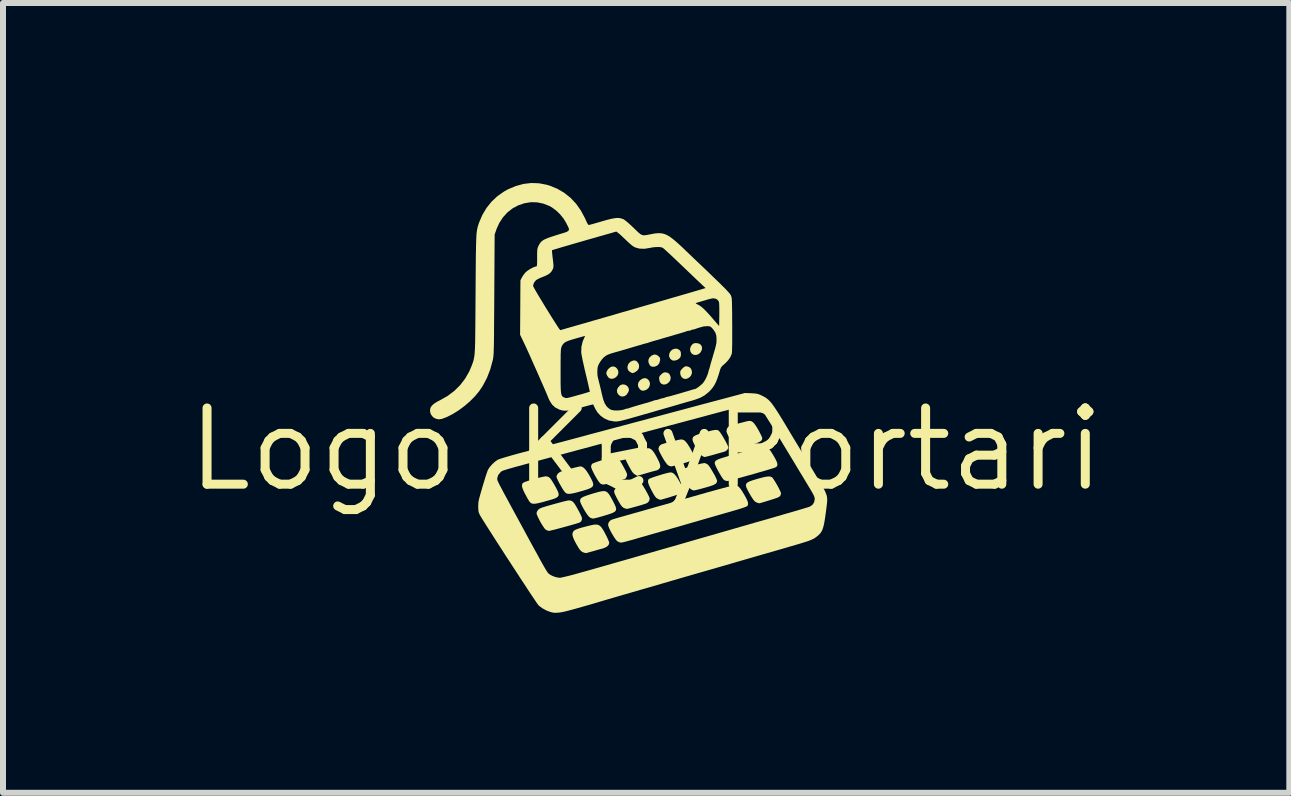
<source format=kicad_pcb>
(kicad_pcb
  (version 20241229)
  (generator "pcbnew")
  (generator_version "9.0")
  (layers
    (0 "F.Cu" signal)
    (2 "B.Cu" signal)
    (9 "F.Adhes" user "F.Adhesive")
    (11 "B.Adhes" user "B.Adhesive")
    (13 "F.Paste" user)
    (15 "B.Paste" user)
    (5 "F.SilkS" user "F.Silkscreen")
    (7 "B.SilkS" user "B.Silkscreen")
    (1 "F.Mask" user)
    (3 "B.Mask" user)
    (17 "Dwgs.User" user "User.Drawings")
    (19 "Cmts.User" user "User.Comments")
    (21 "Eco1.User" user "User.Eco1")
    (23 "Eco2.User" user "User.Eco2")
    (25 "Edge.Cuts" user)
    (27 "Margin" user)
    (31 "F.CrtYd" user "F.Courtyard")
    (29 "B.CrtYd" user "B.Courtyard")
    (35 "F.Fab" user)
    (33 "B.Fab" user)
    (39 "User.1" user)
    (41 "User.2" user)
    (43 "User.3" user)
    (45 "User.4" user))
  (footprint "Logo KeyPortari"
    (layer "F.Cu")
    (at 7.718 4.439)
    (property "Reference" "Logo KeyPortari" (at 0 0 0) (layer "F.SilkS") (effects (font (size 1.27 1.27) (thickness 0.15))))
    (attr board_only exclude_from_pos_files exclude_from_bom)
    (fp_poly (pts (xy -0.333 -1.069) (xy -0.305 -1.045) (xy -0.293 -1.021) (xy -0.287 -0.994) (xy -0.292 -0.969) (xy -0.299 -0.953) (xy -0.325 -0.913) (xy -0.358 -0.889) (xy -0.395 -0.88) (xy -0.431 -0.888) (xy -0.46 -0.91) (xy -0.483 -0.946) (xy -0.487 -0.985) (xy -0.473 -1.024) (xy -0.44 -1.063) (xy -0.435 -1.067) (xy -0.403 -1.082) (xy -0.367 -1.082)) (stroke (width 0) (type solid)) (fill yes) (layer "F.SilkS"))
    (fp_poly (pts (xy 0.012 -1.18) (xy 0.042 -1.153) (xy 0.055 -1.131) (xy 0.064 -1.094) (xy 0.057 -1.056) (xy 0.037 -1.021) (xy 0.006 -0.995) (xy -0.032 -0.98) (xy -0.037 -0.98) (xy -0.066 -0.979) (xy -0.086 -0.986) (xy -0.107 -1.005) (xy -0.131 -1.04) (xy -0.138 -1.079) (xy -0.128 -1.118) (xy -0.102 -1.152) (xy -0.064 -1.178) (xy -0.024 -1.188)) (stroke (width 0) (type solid)) (fill yes) (layer "F.SilkS"))
    (fp_poly (pts (xy 0.877 -1.765) (xy 0.909 -1.745) (xy 0.928 -1.714) (xy 0.931 -1.675) (xy 0.922 -1.646) (xy 0.899 -1.608) (xy 0.866 -1.584) (xy 0.829 -1.573) (xy 0.792 -1.577) (xy 0.758 -1.597) (xy 0.758 -1.598) (xy 0.737 -1.631) (xy 0.731 -1.671) (xy 0.742 -1.712) (xy 0.76 -1.74) (xy 0.782 -1.761) (xy 0.806 -1.77) (xy 0.833 -1.772)) (stroke (width 0) (type solid)) (fill yes) (layer "F.SilkS"))
    (fp_poly (pts (xy -0.509 -1.369) (xy -0.483 -1.344) (xy -0.466 -1.31) (xy -0.463 -1.272) (xy -0.463 -1.27) (xy -0.478 -1.232) (xy -0.505 -1.202) (xy -0.54 -1.182) (xy -0.579 -1.176) (xy -0.611 -1.184) (xy -0.631 -1.201) (xy -0.65 -1.229) (xy -0.663 -1.258) (xy -0.664 -1.271) (xy -0.656 -1.303) (xy -0.634 -1.337) (xy -0.604 -1.364) (xy -0.577 -1.379) (xy -0.542 -1.382)) (stroke (width 0) (type solid)) (fill yes) (layer "F.SilkS"))
    (fp_poly (pts (xy 0.165 -1.579) (xy 0.199 -1.559) (xy 0.205 -1.553) (xy 0.225 -1.533) (xy 0.233 -1.515) (xy 0.232 -1.49) (xy 0.231 -1.48) (xy 0.217 -1.433) (xy 0.189 -1.4) (xy 0.151 -1.381) (xy 0.122 -1.377) (xy 0.093 -1.38) (xy 0.074 -1.389) (xy 0.06 -1.405) (xy 0.039 -1.448) (xy 0.037 -1.49) (xy 0.053 -1.529) (xy 0.086 -1.56) (xy 0.09 -1.563) (xy 0.129 -1.58)) (stroke (width 0) (type solid)) (fill yes) (layer "F.SilkS"))
    (fp_poly (pts (xy 0.515 -1.677) (xy 0.549 -1.661) (xy 0.554 -1.657) (xy 0.571 -1.636) (xy 0.578 -1.612) (xy 0.579 -1.588) (xy 0.577 -1.555) (xy 0.566 -1.531) (xy 0.551 -1.514) (xy 0.517 -1.491) (xy 0.478 -1.48) (xy 0.441 -1.482) (xy 0.433 -1.485) (xy 0.405 -1.506) (xy 0.386 -1.539) (xy 0.381 -1.568) (xy 0.39 -1.608) (xy 0.411 -1.642) (xy 0.442 -1.666) (xy 0.478 -1.678)) (stroke (width 0) (type solid)) (fill yes) (layer "F.SilkS"))
    (fp_poly (pts (xy 0.356 -1.278) (xy 0.381 -1.262) (xy 0.396 -1.24) (xy 0.409 -1.197) (xy 0.403 -1.156) (xy 0.39 -1.132) (xy 0.358 -1.1) (xy 0.322 -1.083) (xy 0.284 -1.081) (xy 0.25 -1.096) (xy 0.247 -1.099) (xy 0.228 -1.124) (xy 0.218 -1.163) (xy 0.218 -1.165) (xy 0.216 -1.193) (xy 0.22 -1.212) (xy 0.233 -1.231) (xy 0.25 -1.249) (xy 0.278 -1.273) (xy 0.302 -1.283) (xy 0.318 -1.284)) (stroke (width 0) (type solid)) (fill yes) (layer "F.SilkS"))
    (fp_poly (pts (xy -0.178 -1.48) (xy -0.153 -1.464) (xy -0.146 -1.457) (xy -0.123 -1.422) (xy -0.117 -1.383) (xy -0.126 -1.344) (xy -0.151 -1.31) (xy -0.189 -1.285) (xy -0.192 -1.283) (xy -0.214 -1.275) (xy -0.226 -1.271) (xy -0.227 -1.271) (xy -0.237 -1.274) (xy -0.253 -1.281) (xy -0.288 -1.304) (xy -0.308 -1.337) (xy -0.312 -1.377) (xy -0.299 -1.419) (xy -0.296 -1.425) (xy -0.265 -1.459) (xy -0.222 -1.479) (xy -0.203 -1.482)) (stroke (width 0) (type solid)) (fill yes) (layer "F.SilkS"))
    (fp_poly (pts (xy 0.682 -1.384) (xy 0.721 -1.37) (xy 0.747 -1.344) (xy 0.759 -1.316) (xy 0.763 -1.273) (xy 0.749 -1.233) (xy 0.72 -1.2) (xy 0.686 -1.181) (xy 0.657 -1.174) (xy 0.632 -1.177) (xy 0.62 -1.182) (xy 0.593 -1.202) (xy 0.574 -1.235) (xy 0.567 -1.275) (xy 0.567 -1.276) (xy 0.569 -1.301) (xy 0.58 -1.322) (xy 0.603 -1.347) (xy 0.607 -1.351) (xy 0.632 -1.373) (xy 0.651 -1.383) (xy 0.67 -1.385)) (stroke (width 0) (type solid)) (fill yes) (layer "F.SilkS"))
    (fp_poly (pts (xy -0.678 0.698) (xy -0.65 0.713) (xy -0.625 0.739) (xy -0.599 0.779) (xy -0.569 0.833) (xy -0.553 0.862) (xy -0.526 0.915) (xy -0.508 0.957) (xy -0.5 0.989) (xy -0.504 1.015) (xy -0.521 1.036) (xy -0.552 1.055) (xy -0.598 1.073) (xy -0.662 1.093) (xy -0.696 1.104) (xy -0.751 1.12) (xy -0.802 1.134) (xy -0.845 1.145) (xy -0.875 1.151) (xy -0.888 1.153) (xy -0.921 1.144) (xy -0.951 1.124) (xy -0.97 1.102) (xy -0.995 1.067) (xy -1.022 1.025) (xy -1.048 0.98) (xy -1.072 0.935) (xy -1.09 0.897) (xy -1.1 0.869) (xy -1.101 0.865) (xy -1.101 0.844) (xy -1.094 0.825) (xy -1.078 0.808) (xy -1.05 0.792) (xy -1.009 0.775) (xy -0.953 0.756) (xy -0.88 0.733) (xy -0.879 0.733) (xy -0.809 0.713) (xy -0.754 0.7) (xy -0.711 0.694)) (stroke (width 0) (type solid)) (fill yes) (layer "F.SilkS"))
    (fp_poly (pts (xy -1.065 0.29) (xy -1.034 0.312) (xy -1 0.35) (xy -0.963 0.406) (xy -0.942 0.442) (xy -0.912 0.498) (xy -0.891 0.543) (xy -0.882 0.578) (xy -0.885 0.605) (xy -0.902 0.628) (xy -0.933 0.647) (xy -0.98 0.666) (xy -1.045 0.686) (xy -1.084 0.697) (xy -1.155 0.717) (xy -1.21 0.73) (xy -1.252 0.738) (xy -1.284 0.741) (xy -1.309 0.739) (xy -1.33 0.732) (xy -1.341 0.725) (xy -1.356 0.71) (xy -1.377 0.682) (xy -1.401 0.644) (xy -1.426 0.6) (xy -1.451 0.556) (xy -1.472 0.514) (xy -1.487 0.48) (xy -1.494 0.457) (xy -1.495 0.453) (xy -1.486 0.425) (xy -1.465 0.397) (xy -1.436 0.376) (xy -1.429 0.373) (xy -1.4 0.363) (xy -1.36 0.35) (xy -1.311 0.336) (xy -1.26 0.322) (xy -1.209 0.308) (xy -1.162 0.297) (xy -1.125 0.288) (xy -1.1 0.284) (xy -1.095 0.283)) (stroke (width 0) (type solid)) (fill yes) (layer "F.SilkS"))
    (fp_poly (pts (xy -1.647 0.452) (xy -1.626 0.46) (xy -1.605 0.476) (xy -1.583 0.503) (xy -1.557 0.543) (xy -1.525 0.598) (xy -1.519 0.608) (xy -1.489 0.664) (xy -1.468 0.708) (xy -1.458 0.742) (xy -1.46 0.769) (xy -1.475 0.791) (xy -1.504 0.81) (xy -1.549 0.827) (xy -1.611 0.846) (xy -1.661 0.86) (xy -1.731 0.88) (xy -1.786 0.893) (xy -1.827 0.902) (xy -1.858 0.906) (xy -1.882 0.906) (xy -1.902 0.902) (xy -1.912 0.899) (xy -1.926 0.89) (xy -1.942 0.873) (xy -1.961 0.845) (xy -1.984 0.805) (xy -2.013 0.751) (xy -2.026 0.727) (xy -2.052 0.671) (xy -2.067 0.627) (xy -2.07 0.594) (xy -2.061 0.569) (xy -2.053 0.559) (xy -2.037 0.55) (xy -2.006 0.537) (xy -1.964 0.523) (xy -1.914 0.507) (xy -1.86 0.491) (xy -1.805 0.477) (xy -1.755 0.464) (xy -1.712 0.455) (xy -1.681 0.45) (xy -1.672 0.449)) (stroke (width 0) (type solid)) (fill yes) (layer "F.SilkS"))
    (fp_poly (pts (xy 1.755 -0.469) (xy 1.78 -0.453) (xy 1.806 -0.424) (xy 1.836 -0.381) (xy 1.868 -0.327) (xy 1.892 -0.283) (xy 1.912 -0.243) (xy 1.927 -0.211) (xy 1.934 -0.191) (xy 1.934 -0.189) (xy 1.932 -0.168) (xy 1.922 -0.15) (xy 1.903 -0.134) (xy 1.873 -0.118) (xy 1.829 -0.101) (xy 1.769 -0.081) (xy 1.724 -0.068) (xy 1.67 -0.052) (xy 1.621 -0.039) (xy 1.581 -0.028) (xy 1.554 -0.022) (xy 1.543 -0.02) (xy 1.526 -0.025) (xy 1.502 -0.038) (xy 1.494 -0.043) (xy 1.474 -0.062) (xy 1.449 -0.094) (xy 1.421 -0.134) (xy 1.394 -0.178) (xy 1.37 -0.222) (xy 1.351 -0.262) (xy 1.34 -0.292) (xy 1.338 -0.303) (xy 1.346 -0.345) (xy 1.366 -0.376) (xy 1.391 -0.39) (xy 1.424 -0.4) (xy 1.468 -0.413) (xy 1.518 -0.426) (xy 1.57 -0.441) (xy 1.619 -0.453) (xy 1.66 -0.464) (xy 1.69 -0.471) (xy 1.7 -0.473) (xy 1.729 -0.475)) (stroke (width 0) (type solid)) (fill yes) (layer "F.SilkS"))
    (fp_poly (pts (xy 0.445 0.393) (xy 0.471 0.413) (xy 0.499 0.446) (xy 0.531 0.494) (xy 0.559 0.542) (xy 0.588 0.596) (xy 0.608 0.636) (xy 0.618 0.666) (xy 0.619 0.689) (xy 0.612 0.707) (xy 0.598 0.725) (xy 0.585 0.731) (xy 0.558 0.741) (xy 0.519 0.755) (xy 0.472 0.771) (xy 0.421 0.787) (xy 0.37 0.803) (xy 0.322 0.817) (xy 0.281 0.829) (xy 0.251 0.837) (xy 0.235 0.84) (xy 0.234 0.84) (xy 0.223 0.836) (xy 0.202 0.827) (xy 0.2 0.826) (xy 0.182 0.817) (xy 0.166 0.805) (xy 0.151 0.787) (xy 0.133 0.761) (xy 0.111 0.723) (xy 0.084 0.673) (xy 0.056 0.616) (xy 0.038 0.572) (xy 0.03 0.538) (xy 0.033 0.513) (xy 0.042 0.496) (xy 0.054 0.488) (xy 0.082 0.477) (xy 0.121 0.463) (xy 0.168 0.447) (xy 0.22 0.431) (xy 0.271 0.415) (xy 0.319 0.402) (xy 0.361 0.391) (xy 0.391 0.385) (xy 0.419 0.384)) (stroke (width 0) (type solid)) (fill yes) (layer "F.SilkS"))
    (fp_poly (pts (xy 0.98 0.228) (xy 1.005 0.239) (xy 1.028 0.253) (xy 1.043 0.27) (xy 1.064 0.3) (xy 1.088 0.338) (xy 1.113 0.381) (xy 1.138 0.424) (xy 1.159 0.465) (xy 1.174 0.498) (xy 1.182 0.52) (xy 1.182 0.523) (xy 1.179 0.544) (xy 1.169 0.562) (xy 1.15 0.578) (xy 1.12 0.594) (xy 1.075 0.61) (xy 1.015 0.628) (xy 0.976 0.639) (xy 0.922 0.654) (xy 0.873 0.667) (xy 0.833 0.676) (xy 0.806 0.682) (xy 0.796 0.684) (xy 0.775 0.679) (xy 0.749 0.667) (xy 0.747 0.665) (xy 0.727 0.648) (xy 0.703 0.616) (xy 0.673 0.567) (xy 0.651 0.529) (xy 0.62 0.471) (xy 0.6 0.425) (xy 0.589 0.391) (xy 0.588 0.365) (xy 0.595 0.345) (xy 0.604 0.334) (xy 0.62 0.325) (xy 0.651 0.312) (xy 0.694 0.298) (xy 0.744 0.282) (xy 0.797 0.267) (xy 0.85 0.253) (xy 0.899 0.241) (xy 0.94 0.232) (xy 0.969 0.228)) (stroke (width 0) (type solid)) (fill yes) (layer "F.SilkS"))
    (fp_poly (pts (xy 2.08 0.456) (xy 2.099 0.467) (xy 2.104 0.471) (xy 2.119 0.491) (xy 2.139 0.522) (xy 2.163 0.561) (xy 2.187 0.603) (xy 2.21 0.646) (xy 2.229 0.684) (xy 2.242 0.714) (xy 2.247 0.732) (xy 2.247 0.732) (xy 2.24 0.765) (xy 2.219 0.789) (xy 2.186 0.805) (xy 2.161 0.814) (xy 2.125 0.826) (xy 2.081 0.84) (xy 2.035 0.854) (xy 1.988 0.869) (xy 1.947 0.881) (xy 1.913 0.891) (xy 1.891 0.897) (xy 1.886 0.898) (xy 1.874 0.895) (xy 1.851 0.889) (xy 1.85 0.888) (xy 1.829 0.879) (xy 1.809 0.865) (xy 1.788 0.841) (xy 1.764 0.806) (xy 1.734 0.757) (xy 1.716 0.725) (xy 1.688 0.673) (xy 1.669 0.632) (xy 1.662 0.599) (xy 1.667 0.574) (xy 1.686 0.553) (xy 1.721 0.534) (xy 1.771 0.516) (xy 1.84 0.495) (xy 1.846 0.493) (xy 1.919 0.473) (xy 1.977 0.459) (xy 2.022 0.452) (xy 2.055 0.451)) (stroke (width 0) (type solid)) (fill yes) (layer "F.SilkS"))
    (fp_poly (pts (xy 0.611 -0.162) (xy 0.637 -0.15) (xy 0.662 -0.126) (xy 0.69 -0.09) (xy 0.723 -0.038) (xy 0.736 -0.016) (xy 0.76 0.029) (xy 0.78 0.068) (xy 0.795 0.1) (xy 0.801 0.12) (xy 0.801 0.122) (xy 0.798 0.143) (xy 0.788 0.161) (xy 0.769 0.177) (xy 0.739 0.193) (xy 0.695 0.209) (xy 0.635 0.228) (xy 0.597 0.239) (xy 0.543 0.253) (xy 0.494 0.266) (xy 0.454 0.276) (xy 0.426 0.282) (xy 0.416 0.283) (xy 0.394 0.278) (xy 0.368 0.266) (xy 0.365 0.265) (xy 0.349 0.249) (xy 0.326 0.219) (xy 0.3 0.181) (xy 0.274 0.137) (xy 0.249 0.092) (xy 0.227 0.05) (xy 0.212 0.015) (xy 0.205 -0.009) (xy 0.205 -0.011) (xy 0.214 -0.046) (xy 0.239 -0.074) (xy 0.261 -0.086) (xy 0.286 -0.094) (xy 0.324 -0.105) (xy 0.371 -0.118) (xy 0.421 -0.131) (xy 0.472 -0.143) (xy 0.518 -0.154) (xy 0.555 -0.162) (xy 0.579 -0.166) (xy 0.584 -0.166)) (stroke (width 0) (type solid)) (fill yes) (layer "F.SilkS"))
    (fp_poly (pts (xy -0.798 1.258) (xy -0.769 1.275) (xy -0.742 1.304) (xy -0.715 1.345) (xy -0.684 1.401) (xy -0.68 1.41) (xy -0.656 1.456) (xy -0.637 1.497) (xy -0.623 1.531) (xy -0.616 1.552) (xy -0.615 1.555) (xy -0.625 1.59) (xy -0.652 1.619) (xy -0.695 1.641) (xy -0.711 1.647) (xy -0.743 1.656) (xy -0.788 1.668) (xy -0.839 1.683) (xy -0.884 1.696) (xy -0.929 1.708) (xy -0.967 1.719) (xy -0.994 1.726) (xy -1.006 1.728) (xy -1.007 1.728) (xy -1.018 1.725) (xy -1.037 1.72) (xy -1.062 1.71) (xy -1.084 1.695) (xy -1.105 1.672) (xy -1.128 1.639) (xy -1.156 1.591) (xy -1.165 1.576) (xy -1.197 1.515) (xy -1.217 1.468) (xy -1.228 1.431) (xy -1.228 1.402) (xy -1.22 1.378) (xy -1.217 1.372) (xy -1.206 1.358) (xy -1.191 1.346) (xy -1.169 1.335) (xy -1.138 1.323) (xy -1.094 1.309) (xy -1.035 1.293) (xy -1.005 1.285) (xy -0.933 1.267) (xy -0.877 1.255) (xy -0.833 1.252)) (stroke (width 0) (type solid)) (fill yes) (layer "F.SilkS"))
    (fp_poly (pts (xy 1.19 -0.322) (xy 1.206 -0.313) (xy 1.22 -0.3) (xy 1.222 -0.297) (xy 1.24 -0.274) (xy 1.262 -0.24) (xy 1.286 -0.2) (xy 1.311 -0.157) (xy 1.334 -0.115) (xy 1.352 -0.079) (xy 1.364 -0.052) (xy 1.368 -0.039) (xy 1.359 -0.003) (xy 1.333 0.024) (xy 1.301 0.039) (xy 1.279 0.045) (xy 1.242 0.055) (xy 1.196 0.068) (xy 1.144 0.083) (xy 1.126 0.088) (xy 1.076 0.102) (xy 1.032 0.113) (xy 0.998 0.122) (xy 0.978 0.127) (xy 0.974 0.127) (xy 0.957 0.122) (xy 0.934 0.109) (xy 0.928 0.105) (xy 0.907 0.086) (xy 0.882 0.053) (xy 0.855 0.012) (xy 0.828 -0.033) (xy 0.804 -0.079) (xy 0.785 -0.12) (xy 0.774 -0.152) (xy 0.772 -0.164) (xy 0.774 -0.185) (xy 0.781 -0.203) (xy 0.796 -0.219) (xy 0.821 -0.233) (xy 0.857 -0.248) (xy 0.909 -0.265) (xy 0.976 -0.284) (xy 0.987 -0.287) (xy 1.054 -0.304) (xy 1.104 -0.317) (xy 1.142 -0.323) (xy 1.17 -0.325)) (stroke (width 0) (type solid)) (fill yes) (layer "F.SilkS"))
    (fp_poly (pts (xy -0.507 0.13) (xy -0.484 0.139) (xy -0.462 0.158) (xy -0.438 0.188) (xy -0.41 0.232) (xy -0.38 0.286) (xy -0.353 0.336) (xy -0.335 0.371) (xy -0.324 0.396) (xy -0.319 0.414) (xy -0.318 0.428) (xy -0.321 0.442) (xy -0.322 0.444) (xy -0.333 0.469) (xy -0.344 0.486) (xy -0.345 0.486) (xy -0.359 0.493) (xy -0.388 0.503) (xy -0.429 0.515) (xy -0.477 0.529) (xy -0.528 0.543) (xy -0.58 0.557) (xy -0.627 0.569) (xy -0.666 0.578) (xy -0.694 0.583) (xy -0.699 0.584) (xy -0.731 0.584) (xy -0.756 0.573) (xy -0.768 0.563) (xy -0.786 0.543) (xy -0.808 0.511) (xy -0.833 0.47) (xy -0.859 0.425) (xy -0.882 0.379) (xy -0.902 0.338) (xy -0.914 0.305) (xy -0.918 0.286) (xy -0.912 0.259) (xy -0.9 0.24) (xy -0.884 0.232) (xy -0.853 0.219) (xy -0.811 0.204) (xy -0.762 0.188) (xy -0.709 0.172) (xy -0.657 0.156) (xy -0.608 0.143) (xy -0.568 0.133) (xy -0.541 0.128) (xy -0.533 0.127)) (stroke (width 0) (type solid)) (fill yes) (layer "F.SilkS"))
    (fp_poly (pts (xy 0.058 -0.016) (xy 0.082 -0.003) (xy 0.107 0.021) (xy 0.134 0.057) (xy 0.165 0.109) (xy 0.182 0.141) (xy 0.211 0.199) (xy 0.229 0.244) (xy 0.235 0.279) (xy 0.23 0.305) (xy 0.215 0.326) (xy 0.209 0.331) (xy 0.187 0.345) (xy 0.169 0.352) (xy 0.169 0.352) (xy 0.155 0.354) (xy 0.126 0.362) (xy 0.085 0.373) (xy 0.036 0.387) (xy 0.005 0.396) (xy -0.045 0.411) (xy -0.089 0.423) (xy -0.123 0.433) (xy -0.143 0.439) (xy -0.148 0.44) (xy -0.158 0.435) (xy -0.177 0.424) (xy -0.181 0.421) (xy -0.2 0.409) (xy -0.216 0.394) (xy -0.232 0.375) (xy -0.249 0.348) (xy -0.271 0.309) (xy -0.297 0.261) (xy -0.322 0.214) (xy -0.337 0.18) (xy -0.346 0.156) (xy -0.349 0.137) (xy -0.347 0.121) (xy -0.337 0.093) (xy -0.319 0.074) (xy -0.3 0.065) (xy -0.266 0.054) (xy -0.221 0.04) (xy -0.17 0.025) (xy -0.116 0.011) (xy -0.065 -0.001) (xy -0.019 -0.011) (xy 0.015 -0.018) (xy 0.033 -0.02)) (stroke (width 0) (type solid)) (fill yes) (layer "F.SilkS"))
    (fp_poly (pts (xy -0.124 0.54) (xy -0.109 0.544) (xy -0.096 0.551) (xy -0.093 0.553) (xy -0.08 0.567) (xy -0.06 0.595) (xy -0.037 0.632) (xy -0.012 0.674) (xy 0.012 0.717) (xy 0.034 0.758) (xy 0.05 0.792) (xy 0.058 0.815) (xy 0.059 0.82) (xy 0.05 0.859) (xy 0.024 0.888) (xy -0.004 0.903) (xy -0.029 0.911) (xy -0.067 0.923) (xy -0.114 0.937) (xy -0.165 0.951) (xy -0.171 0.953) (xy -0.218 0.966) (xy -0.259 0.977) (xy -0.29 0.985) (xy -0.306 0.99) (xy -0.308 0.99) (xy -0.324 0.99) (xy -0.342 0.987) (xy -0.368 0.978) (xy -0.389 0.965) (xy -0.408 0.946) (xy -0.429 0.917) (xy -0.454 0.875) (xy -0.469 0.849) (xy -0.498 0.794) (xy -0.518 0.753) (xy -0.53 0.723) (xy -0.534 0.7) (xy -0.53 0.682) (xy -0.52 0.666) (xy -0.511 0.656) (xy -0.499 0.644) (xy -0.483 0.633) (xy -0.461 0.623) (xy -0.429 0.612) (xy -0.385 0.599) (xy -0.325 0.582) (xy -0.322 0.581) (xy -0.257 0.564) (xy -0.207 0.551) (xy -0.17 0.543) (xy -0.144 0.54)) (stroke (width 0) (type solid)) (fill yes) (layer "F.SilkS"))
    (fp_poly (pts (xy -1.261 0.852) (xy -1.238 0.861) (xy -1.215 0.879) (xy -1.192 0.907) (xy -1.166 0.95) (xy -1.14 0.996) (xy -1.116 1.041) (xy -1.095 1.082) (xy -1.08 1.115) (xy -1.072 1.135) (xy -1.071 1.137) (xy -1.071 1.173) (xy -1.086 1.202) (xy -1.11 1.219) (xy -1.134 1.227) (xy -1.172 1.239) (xy -1.22 1.253) (xy -1.277 1.269) (xy -1.338 1.286) (xy -1.4 1.303) (xy -1.46 1.319) (xy -1.515 1.334) (xy -1.562 1.345) (xy -1.598 1.354) (xy -1.618 1.358) (xy -1.621 1.358) (xy -1.648 1.351) (xy -1.676 1.336) (xy -1.678 1.334) (xy -1.696 1.314) (xy -1.718 1.282) (xy -1.744 1.241) (xy -1.769 1.197) (xy -1.792 1.152) (xy -1.811 1.112) (xy -1.823 1.081) (xy -1.827 1.064) (xy -1.819 1.034) (xy -1.8 1.007) (xy -1.789 0.997) (xy -1.775 0.987) (xy -1.756 0.978) (xy -1.727 0.967) (xy -1.688 0.955) (xy -1.636 0.939) (xy -1.568 0.92) (xy -1.546 0.914) (xy -1.481 0.896) (xy -1.421 0.88) (xy -1.368 0.866) (xy -1.327 0.857) (xy -1.299 0.851) (xy -1.289 0.85)) (stroke (width 0) (type solid)) (fill yes) (layer "F.SilkS"))
    (fp_poly (pts (xy 2.006 -0.044) (xy 2.027 -0.03) (xy 2.051 -0.004) (xy 2.08 0.035) (xy 2.114 0.09) (xy 2.123 0.105) (xy 2.156 0.163) (xy 2.177 0.208) (xy 2.187 0.242) (xy 2.186 0.267) (xy 2.175 0.286) (xy 2.154 0.3) (xy 2.139 0.306) (xy 2.108 0.316) (xy 2.063 0.33) (xy 2.007 0.347) (xy 1.942 0.366) (xy 1.871 0.386) (xy 1.796 0.408) (xy 1.72 0.429) (xy 1.645 0.45) (xy 1.574 0.47) (xy 1.508 0.488) (xy 1.452 0.503) (xy 1.406 0.515) (xy 1.373 0.524) (xy 1.357 0.527) (xy 1.356 0.527) (xy 1.328 0.523) (xy 1.313 0.518) (xy 1.3 0.511) (xy 1.287 0.499) (xy 1.272 0.479) (xy 1.252 0.449) (xy 1.227 0.407) (xy 1.198 0.356) (xy 1.176 0.314) (xy 1.158 0.277) (xy 1.147 0.248) (xy 1.143 0.232) (xy 1.144 0.216) (xy 1.149 0.202) (xy 1.159 0.19) (xy 1.176 0.178) (xy 1.202 0.165) (xy 1.24 0.151) (xy 1.291 0.135) (xy 1.357 0.115) (xy 1.436 0.092) (xy 1.551 0.06) (xy 1.656 0.031) (xy 1.748 0.006) (xy 1.828 -0.014) (xy 1.892 -0.03) (xy 1.942 -0.042) (xy 1.974 -0.048) (xy 1.985 -0.048)) (stroke (width 0) (type solid)) (fill yes) (layer "F.SilkS"))
    (fp_poly (pts (xy 1.51 0.601) (xy 1.535 0.616) (xy 1.562 0.644) (xy 1.593 0.686) (xy 1.629 0.745) (xy 1.636 0.757) (xy 1.667 0.813) (xy 1.687 0.856) (xy 1.697 0.889) (xy 1.698 0.915) (xy 1.691 0.935) (xy 1.687 0.942) (xy 1.673 0.951) (xy 1.642 0.964) (xy 1.593 0.981) (xy 1.525 1.002) (xy 1.439 1.027) (xy 1.426 1.031) (xy 1.356 1.051) (xy 1.272 1.075) (xy 1.178 1.102) (xy 1.078 1.131) (xy 0.976 1.16) (xy 0.876 1.189) (xy 0.806 1.209) (xy 0.713 1.236) (xy 0.616 1.264) (xy 0.52 1.292) (xy 0.427 1.318) (xy 0.342 1.343) (xy 0.269 1.363) (xy 0.22 1.377) (xy 0.141 1.4) (xy 0.053 1.425) (xy -0.037 1.451) (xy -0.122 1.475) (xy -0.192 1.496) (xy -0.253 1.513) (xy -0.309 1.528) (xy -0.357 1.541) (xy -0.393 1.549) (xy -0.415 1.553) (xy -0.418 1.553) (xy -0.445 1.548) (xy -0.475 1.534) (xy -0.48 1.531) (xy -0.499 1.512) (xy -0.523 1.48) (xy -0.549 1.439) (xy -0.576 1.394) (xy -0.6 1.348) (xy -0.619 1.306) (xy -0.632 1.272) (xy -0.634 1.255) (xy -0.626 1.219) (xy -0.601 1.188) (xy -0.581 1.174) (xy -0.566 1.169) (xy -0.536 1.159) (xy -0.492 1.146) (xy -0.437 1.13) (xy -0.376 1.113) (xy -0.327 1.099) (xy -0.273 1.084) (xy -0.204 1.064) (xy -0.121 1.041) (xy -0.026 1.014) (xy 0.076 0.985) (xy 0.184 0.954) (xy 0.296 0.923) (xy 0.408 0.891) (xy 0.484 0.869) (xy 0.647 0.822) (xy 0.793 0.781) (xy 0.922 0.744) (xy 1.035 0.712) (xy 1.133 0.685) (xy 1.217 0.662) (xy 1.287 0.643) (xy 1.346 0.627) (xy 1.392 0.615) (xy 1.429 0.606) (xy 1.456 0.6) (xy 1.475 0.597) (xy 1.484 0.596)) (stroke (width 0) (type solid)) (fill yes) (layer "F.SilkS"))
    (fp_poly (pts (xy 1.75 -0.936) (xy 1.799 -0.933) (xy 1.835 -0.929) (xy 1.864 -0.923) (xy 1.894 -0.912) (xy 1.929 -0.896) (xy 1.96 -0.88) (xy 1.989 -0.864) (xy 2.015 -0.845) (xy 2.041 -0.823) (xy 2.067 -0.796) (xy 2.096 -0.762) (xy 2.127 -0.719) (xy 2.162 -0.667) (xy 2.203 -0.604) (xy 2.25 -0.528) (xy 2.305 -0.438) (xy 2.351 -0.361) (xy 2.408 -0.265) (xy 2.472 -0.159) (xy 2.54 -0.047) (xy 2.608 0.067) (xy 2.674 0.177) (xy 2.736 0.279) (xy 2.787 0.363) (xy 2.842 0.455) (xy 2.889 0.532) (xy 2.926 0.596) (xy 2.956 0.65) (xy 2.98 0.695) (xy 2.996 0.733) (xy 3.008 0.767) (xy 3.014 0.799) (xy 3.017 0.83) (xy 3.016 0.863) (xy 3.013 0.899) (xy 3.008 0.942) (xy 3.005 0.966) (xy 2.992 1.067) (xy 2.98 1.15) (xy 2.969 1.218) (xy 2.957 1.274) (xy 2.944 1.318) (xy 2.93 1.354) (xy 2.912 1.384) (xy 2.892 1.409) (xy 2.868 1.433) (xy 2.85 1.447) (xy 2.829 1.464) (xy 2.808 1.478) (xy 2.785 1.491) (xy 2.757 1.504) (xy 2.724 1.518) (xy 2.683 1.533) (xy 2.631 1.549) (xy 2.568 1.569) (xy 2.49 1.592) (xy 2.396 1.619) (xy 2.359 1.63) (xy 2.264 1.658) (xy 2.159 1.688) (xy 2.051 1.719) (xy 1.943 1.75) (xy 1.843 1.779) (xy 1.754 1.805) (xy 1.729 1.812) (xy 1.643 1.837) (xy 1.543 1.866) (xy 1.436 1.897) (xy 1.327 1.929) (xy 1.222 1.959) (xy 1.127 1.987) (xy 1.119 1.989) (xy 0.872 2.06) (xy 0.643 2.126) (xy 0.433 2.187) (xy 0.241 2.243) (xy 0.066 2.294) (xy -0.091 2.339) (xy -0.232 2.38) (xy -0.356 2.416) (xy -0.463 2.447) (xy -0.555 2.474) (xy -0.631 2.496) (xy -0.692 2.514) (xy -0.737 2.528) (xy -0.762 2.535) (xy -0.812 2.55) (xy -0.877 2.569) (xy -0.951 2.591) (xy -1.03 2.613) (xy -1.108 2.636) (xy -1.153 2.648) (xy -1.246 2.674) (xy -1.323 2.694) (xy -1.387 2.709) (xy -1.44 2.718) (xy -1.484 2.722) (xy -1.522 2.723) (xy -1.557 2.719) (xy -1.59 2.711) (xy -1.591 2.711) (xy -1.659 2.686) (xy -1.724 2.651) (xy -1.779 2.611) (xy -1.795 2.596) (xy -1.806 2.582) (xy -1.826 2.554) (xy -1.854 2.512) (xy -1.891 2.457) (xy -1.934 2.393) (xy -1.983 2.319) (xy -2.036 2.237) (xy -2.094 2.15) (xy -2.154 2.057) (xy -2.217 1.961) (xy -2.28 1.864) (xy -2.344 1.766) (xy -2.406 1.669) (xy -2.467 1.575) (xy -2.525 1.485) (xy -2.579 1.4) (xy -2.629 1.322) (xy -2.673 1.253) (xy -2.71 1.194) (xy -2.74 1.146) (xy -2.761 1.111) (xy -2.773 1.09) (xy -2.773 1.089) (xy -2.786 1.061) (xy -2.794 1.034) (xy -2.797 1.001) (xy -2.799 0.956) (xy -2.799 0.953) (xy -2.798 0.924) (xy -2.797 0.898) (xy -2.794 0.871) (xy -2.788 0.841) (xy -2.779 0.804) (xy -2.766 0.757) (xy -2.749 0.698) (xy -2.727 0.622) (xy -2.727 0.62) (xy -2.706 0.552) (xy -2.689 0.496) (xy -2.481 0.496) (xy -2.481 0.502) (xy -2.48 0.508) (xy -2.478 0.516) (xy -2.473 0.528) (xy -2.466 0.543) (xy -2.456 0.564) (xy -2.443 0.591) (xy -2.425 0.625) (xy -2.402 0.668) (xy -2.375 0.72) (xy -2.341 0.782) (xy -2.301 0.856) (xy -2.254 0.943) (xy -2.2 1.043) (xy -2.137 1.158) (xy -2.066 1.289) (xy -2.044 1.329) (xy -1.975 1.457) (xy -1.914 1.569) (xy -1.861 1.666) (xy -1.815 1.749) (xy -1.777 1.82) (xy -1.744 1.879) (xy -1.717 1.927) (xy -1.694 1.967) (xy -1.676 1.998) (xy -1.661 2.022) (xy -1.649 2.04) (xy -1.639 2.054) (xy -1.631 2.064) (xy -1.623 2.071) (xy -1.616 2.077) (xy -1.614 2.079) (xy -1.57 2.105) (xy -1.518 2.125) (xy -1.465 2.137) (xy -1.44 2.139) (xy -1.419 2.137) (xy -1.383 2.129) (xy -1.335 2.118) (xy -1.278 2.104) (xy -1.215 2.088) (xy -1.191 2.081) (xy -1.137 2.066) (xy -1.07 2.047) (xy -0.99 2.025) (xy -0.895 1.998) (xy -0.786 1.967) (xy -0.663 1.932) (xy -0.524 1.892) (xy -0.369 1.848) (xy -0.198 1.799) (xy -0.011 1.745) (xy 0.194 1.686) (xy 0.416 1.623) (xy 0.656 1.554) (xy 0.874 1.491) (xy 1.094 1.428) (xy 1.295 1.37) (xy 1.479 1.317) (xy 1.646 1.269) (xy 1.798 1.225) (xy 1.935 1.186) (xy 2.058 1.151) (xy 2.167 1.119) (xy 2.264 1.091) (xy 2.349 1.066) (xy 2.424 1.045) (xy 2.488 1.026) (xy 2.542 1.01) (xy 2.588 0.997) (xy 2.626 0.985) (xy 2.656 0.976) (xy 2.681 0.969) (xy 2.7 0.963) (xy 2.714 0.958) (xy 2.724 0.954) (xy 2.731 0.952) (xy 2.733 0.951) (xy 2.774 0.921) (xy 2.799 0.88) (xy 2.809 0.831) (xy 2.809 0.829) (xy 2.808 0.812) (xy 2.804 0.794) (xy 2.796 0.773) (xy 2.782 0.745) (xy 2.762 0.709) (xy 2.733 0.66) (xy 2.706 0.615) (xy 2.682 0.575) (xy 2.65 0.522) (xy 2.61 0.455) (xy 2.563 0.378) (xy 2.511 0.292) (xy 2.456 0.2) (xy 2.397 0.103) (xy 2.337 0.004) (xy 2.277 -0.095) (xy 2.276 -0.097) (xy 2.219 -0.192) (xy 2.164 -0.282) (xy 2.112 -0.367) (xy 2.064 -0.444) (xy 2.021 -0.512) (xy 1.985 -0.57) (xy 1.955 -0.616) (xy 1.933 -0.649) (xy 1.921 -0.667) (xy 1.919 -0.669) (xy 1.891 -0.692) (xy 1.856 -0.714) (xy 1.841 -0.722) (xy 1.819 -0.731) (xy 1.797 -0.737) (xy 1.772 -0.741) (xy 1.742 -0.741) (xy 1.706 -0.738) (xy 1.662 -0.731) (xy 1.607 -0.719) (xy 1.541 -0.704) (xy 1.462 -0.684) (xy 1.367 -0.659) (xy 1.265 -0.632) (xy 1.165 -0.605) (xy 1.056 -0.576) (xy 0.943 -0.545) (xy 0.83 -0.515) (xy 0.724 -0.487) (xy 0.628 -0.461) (xy 0.572 -0.446) (xy 0.486 -0.423) (xy 0.387 -0.397) (xy 0.278 -0.368) (xy 0.165 -0.338) (xy 0.052 -0.308) (xy -0.055 -0.279) (xy -0.127 -0.26) (xy -0.238 -0.23) (xy -0.336 -0.204) (xy -0.422 -0.181) (xy -0.5 -0.16) (xy -0.573 -0.141) (xy -0.643 -0.122) (xy -0.713 -0.103) (xy -0.785 -0.084) (xy -0.863 -0.063) (xy -0.948 -0.04) (xy -1.045 -0.014) (xy -1.154 0.015) (xy -1.28 0.049) (xy -1.285 0.05) (xy -1.453 0.096) (xy -1.603 0.136) (xy -1.736 0.172) (xy -1.854 0.204) (xy -1.957 0.232) (xy -2.046 0.256) (xy -2.122 0.277) (xy -2.187 0.294) (xy -2.241 0.31) (xy -2.286 0.322) (xy -2.322 0.333) (xy -2.35 0.342) (xy -2.372 0.349) (xy -2.388 0.355) (xy -2.4 0.36) (xy -2.409 0.364) (xy -2.415 0.369) (xy -2.419 0.373) (xy -2.423 0.377) (xy -2.428 0.382) (xy -2.431 0.385) (xy -2.464 0.425) (xy -2.48 0.472) (xy -2.481 0.49) (xy -2.481 0.496) (xy -2.689 0.496) (xy -2.687 0.488) (xy -2.669 0.432) (xy -2.653 0.386) (xy -2.642 0.353) (xy -2.635 0.338) (xy -2.608 0.296) (xy -2.57 0.252) (xy -2.526 0.21) (xy -2.483 0.179) (xy -2.474 0.173) (xy -2.453 0.164) (xy -2.414 0.151) (xy -2.36 0.134) (xy -2.291 0.114) (xy -2.211 0.091) (xy -2.12 0.066) (xy -2.042 0.045) (xy -1.936 0.017) (xy -1.817 -0.015) (xy -1.691 -0.048) (xy -1.564 -0.083) (xy -1.44 -0.116) (xy -1.326 -0.146) (xy -1.27 -0.161) (xy -1.169 -0.188) (xy -1.06 -0.217) (xy -0.947 -0.248) (xy -0.835 -0.278) (xy -0.728 -0.306) (xy -0.632 -0.332) (xy -0.572 -0.348) (xy -0.478 -0.373) (xy -0.373 -0.401) (xy -0.264 -0.43) (xy -0.156 -0.459) (xy -0.055 -0.485) (xy 0.029 -0.508) (xy 0.161 -0.543) (xy 0.309 -0.583) (xy 0.473 -0.627) (xy 0.65 -0.674) (xy 0.839 -0.725) (xy 1.038 -0.778) (xy 1.246 -0.833) (xy 1.333 -0.856) (xy 1.646 -0.94)) (stroke (width 0) (type solid)) (fill yes) (layer "F.SilkS"))
    (fp_poly (pts (xy -1.788 -4.435) (xy -1.661 -4.411) (xy -1.607 -4.395) (xy -1.48 -4.343) (xy -1.364 -4.275) (xy -1.26 -4.192) (xy -1.167 -4.093) (xy -1.087 -3.979) (xy -1.018 -3.849) (xy -1.007 -3.824) (xy -0.988 -3.782) (xy -0.974 -3.756) (xy -0.963 -3.743) (xy -0.952 -3.74) (xy -0.951 -3.74) (xy -0.937 -3.744) (xy -0.906 -3.752) (xy -0.864 -3.764) (xy -0.811 -3.779) (xy -0.752 -3.796) (xy -0.733 -3.802) (xy -0.651 -3.825) (xy -0.584 -3.842) (xy -0.531 -3.852) (xy -0.487 -3.857) (xy -0.45 -3.856) (xy -0.417 -3.849) (xy -0.385 -3.838) (xy -0.375 -3.834) (xy -0.356 -3.821) (xy -0.326 -3.797) (xy -0.288 -3.765) (xy -0.246 -3.726) (xy -0.208 -3.691) (xy -0.161 -3.645) (xy -0.125 -3.611) (xy -0.096 -3.588) (xy -0.071 -3.574) (xy -0.046 -3.568) (xy -0.017 -3.569) (xy 0.019 -3.574) (xy 0.066 -3.584) (xy 0.079 -3.586) (xy 0.142 -3.598) (xy 0.197 -3.603) (xy 0.246 -3.602) (xy 0.294 -3.593) (xy 0.341 -3.575) (xy 0.39 -3.547) (xy 0.443 -3.508) (xy 0.504 -3.457) (xy 0.574 -3.394) (xy 0.617 -3.353) (xy 0.739 -3.236) (xy 0.848 -3.132) (xy 0.945 -3.04) (xy 1.03 -2.959) (xy 1.103 -2.888) (xy 1.167 -2.826) (xy 1.221 -2.774) (xy 1.266 -2.729) (xy 1.304 -2.692) (xy 1.334 -2.661) (xy 1.358 -2.635) (xy 1.376 -2.615) (xy 1.39 -2.599) (xy 1.4 -2.586) (xy 1.406 -2.575) (xy 1.409 -2.571) (xy 1.414 -2.56) (xy 1.418 -2.549) (xy 1.422 -2.536) (xy 1.425 -2.519) (xy 1.427 -2.497) (xy 1.429 -2.468) (xy 1.43 -2.429) (xy 1.431 -2.38) (xy 1.432 -2.317) (xy 1.433 -2.24) (xy 1.433 -2.147) (xy 1.434 -2.078) (xy 1.434 -1.957) (xy 1.434 -1.853) (xy 1.434 -1.765) (xy 1.432 -1.694) (xy 1.431 -1.641) (xy 1.428 -1.606) (xy 1.426 -1.593) (xy 1.405 -1.542) (xy 1.369 -1.489) (xy 1.323 -1.439) (xy 1.299 -1.418) (xy 1.267 -1.39) (xy 1.247 -1.364) (xy 1.235 -1.336) (xy 1.233 -1.33) (xy 1.207 -1.243) (xy 1.183 -1.172) (xy 1.159 -1.114) (xy 1.133 -1.065) (xy 1.103 -1.022) (xy 1.068 -0.981) (xy 1.037 -0.951) (xy 0.973 -0.9) (xy 0.898 -0.859) (xy 0.807 -0.826) (xy 0.796 -0.823) (xy 0.774 -0.816) (xy 0.735 -0.805) (xy 0.681 -0.79) (xy 0.615 -0.771) (xy 0.537 -0.748) (xy 0.451 -0.723) (xy 0.357 -0.696) (xy 0.259 -0.668) (xy 0.195 -0.65) (xy 0.069 -0.613) (xy -0.04 -0.582) (xy -0.133 -0.555) (xy -0.211 -0.533) (xy -0.277 -0.514) (xy -0.332 -0.499) (xy -0.376 -0.488) (xy -0.412 -0.479) (xy -0.441 -0.473) (xy -0.464 -0.469) (xy -0.483 -0.466) (xy -0.5 -0.466) (xy -0.515 -0.466) (xy -0.531 -0.466) (xy -0.537 -0.467) (xy -0.618 -0.481) (xy -0.694 -0.514) (xy -0.76 -0.561) (xy -0.816 -0.622) (xy -0.851 -0.682) (xy -0.866 -0.714) (xy -0.878 -0.738) (xy -0.884 -0.75) (xy -0.884 -0.75) (xy -0.894 -0.748) (xy -0.919 -0.742) (xy -0.958 -0.732) (xy -1.007 -0.719) (xy -1.064 -0.703) (xy -1.078 -0.699) (xy -1.161 -0.676) (xy -1.229 -0.66) (xy -1.285 -0.649) (xy -1.331 -0.645) (xy -1.372 -0.646) (xy -1.409 -0.652) (xy -1.446 -0.663) (xy -1.452 -0.666) (xy -1.516 -0.699) (xy -1.568 -0.747) (xy -1.609 -0.812) (xy -1.629 -0.855) (xy -1.641 -0.885) (xy -1.66 -0.931) (xy -1.685 -0.989) (xy -1.715 -1.058) (xy -1.749 -1.135) (xy -1.785 -1.218) (xy -1.823 -1.304) (xy -1.824 -1.306) (xy -1.426 -1.306) (xy -1.426 -1.205) (xy -1.426 -1.122) (xy -1.425 -1.055) (xy -1.423 -1.001) (xy -1.42 -0.96) (xy -1.416 -0.929) (xy -1.41 -0.907) (xy -1.403 -0.891) (xy -1.393 -0.88) (xy -1.381 -0.872) (xy -1.366 -0.865) (xy -1.365 -0.864) (xy -1.353 -0.86) (xy -1.343 -0.857) (xy -1.331 -0.856) (xy -1.315 -0.857) (xy -1.291 -0.862) (xy -1.259 -0.87) (xy -1.214 -0.882) (xy -1.154 -0.899) (xy -1.114 -0.91) (xy -1.06 -0.925) (xy -1.012 -0.939) (xy -0.974 -0.951) (xy -0.949 -0.958) (xy -0.94 -0.962) (xy -0.941 -0.972) (xy -0.947 -0.999) (xy -0.956 -1.04) (xy -0.968 -1.093) (xy -0.982 -1.155) (xy -0.999 -1.225) (xy -1.007 -1.257) (xy -1.014 -1.29) (xy -0.814 -1.29) (xy -0.813 -1.255) (xy -0.81 -1.227) (xy -0.804 -1.195) (xy -0.797 -1.167) (xy -0.787 -1.127) (xy -0.776 -1.082) (xy -0.765 -1.038) (xy -0.756 -1) (xy -0.75 -0.973) (xy -0.748 -0.965) (xy -0.736 -0.912) (xy -0.728 -0.882) (xy -0.723 -0.861) (xy -0.715 -0.833) (xy -0.715 -0.83) (xy -0.69 -0.765) (xy -0.655 -0.712) (xy -0.611 -0.674) (xy -0.581 -0.659) (xy -0.543 -0.651) (xy -0.494 -0.648) (xy -0.441 -0.651) (xy -0.392 -0.658) (xy -0.359 -0.668) (xy -0.336 -0.677) (xy -0.323 -0.68) (xy -0.322 -0.679) (xy -0.314 -0.679) (xy -0.294 -0.685) (xy -0.286 -0.688) (xy -0.259 -0.697) (xy -0.218 -0.71) (xy -0.168 -0.725) (xy -0.113 -0.741) (xy -0.058 -0.757) (xy -0.044 -0.761) (xy -0.016 -0.769) (xy 0.019 -0.778) (xy 0.029 -0.781) (xy 0.067 -0.793) (xy 0.105 -0.805) (xy 0.112 -0.808) (xy 0.137 -0.817) (xy 0.152 -0.821) (xy 0.154 -0.821) (xy 0.166 -0.822) (xy 0.191 -0.828) (xy 0.22 -0.837) (xy 0.247 -0.846) (xy 0.27 -0.853) (xy 0.282 -0.855) (xy 0.283 -0.854) (xy 0.29 -0.854) (xy 0.301 -0.859) (xy 0.326 -0.869) (xy 0.343 -0.874) (xy 0.37 -0.88) (xy 0.406 -0.889) (xy 0.441 -0.899) (xy 0.459 -0.904) (xy 0.54 -0.927) (xy 0.605 -0.946) (xy 0.656 -0.961) (xy 0.698 -0.973) (xy 0.732 -0.984) (xy 0.743 -0.987) (xy 0.776 -0.997) (xy 0.802 -1.004) (xy 0.814 -1.006) (xy 0.829 -1.012) (xy 0.853 -1.027) (xy 0.882 -1.048) (xy 0.91 -1.071) (xy 0.934 -1.092) (xy 0.941 -1.098) (xy 0.967 -1.133) (xy 0.993 -1.178) (xy 1.015 -1.226) (xy 1.031 -1.27) (xy 1.037 -1.294) (xy 1.041 -1.31) (xy 1.047 -1.329) (xy 1.056 -1.355) (xy 1.061 -1.373) (xy 1.066 -1.393) (xy 1.075 -1.427) (xy 1.087 -1.468) (xy 1.099 -1.509) (xy 1.104 -1.524) (xy 1.111 -1.549) (xy 1.12 -1.581) (xy 1.123 -1.592) (xy 1.133 -1.625) (xy 1.141 -1.654) (xy 1.144 -1.661) (xy 1.151 -1.688) (xy 1.159 -1.719) (xy 1.159 -1.719) (xy 1.165 -1.747) (xy 1.169 -1.767) (xy 1.17 -1.768) (xy 1.171 -1.785) (xy 1.172 -1.815) (xy 1.173 -1.845) (xy 1.168 -1.9) (xy 1.153 -1.946) (xy 1.125 -1.99) (xy 1.105 -2.014) (xy 1.083 -2.037) (xy 1.064 -2.049) (xy 1.041 -2.053) (xy 1.021 -2.053) (xy 0.989 -2.052) (xy 0.965 -2.05) (xy 0.957 -2.049) (xy 0.938 -2.044) (xy 0.913 -2.037) (xy 0.887 -2.03) (xy 0.852 -2.019) (xy 0.833 -2.012) (xy 0.805 -2.002) (xy 0.786 -1.997) (xy 0.782 -1.997) (xy 0.774 -1.997) (xy 0.754 -1.99) (xy 0.747 -1.987) (xy 0.726 -1.979) (xy 0.714 -1.977) (xy 0.713 -1.978) (xy 0.705 -1.978) (xy 0.685 -1.973) (xy 0.677 -1.97) (xy 0.642 -1.958) (xy 0.608 -1.947) (xy 0.606 -1.947) (xy 0.54 -1.927) (xy 0.48 -1.91) (xy 0.428 -1.894) (xy 0.389 -1.883) (xy 0.366 -1.876) (xy 0.344 -1.87) (xy 0.309 -1.86) (xy 0.267 -1.848) (xy 0.249 -1.842) (xy 0.205 -1.829) (xy 0.163 -1.817) (xy 0.131 -1.808) (xy 0.122 -1.806) (xy 0.087 -1.795) (xy 0.052 -1.784) (xy 0.049 -1.783) (xy 0.024 -1.774) (xy 0.006 -1.769) (xy 0.005 -1.769) (xy -0.011 -1.766) (xy -0.034 -1.759) (xy -0.057 -1.753) (xy -0.092 -1.742) (xy -0.133 -1.73) (xy -0.151 -1.725) (xy -0.203 -1.71) (xy -0.259 -1.693) (xy -0.31 -1.678) (xy -0.318 -1.675) (xy -0.364 -1.662) (xy -0.412 -1.648) (xy -0.452 -1.636) (xy -0.454 -1.636) (xy -0.521 -1.617) (xy -0.573 -1.602) (xy -0.611 -1.589) (xy -0.641 -1.577) (xy -0.664 -1.565) (xy -0.685 -1.551) (xy -0.706 -1.533) (xy -0.709 -1.531) (xy -0.74 -1.497) (xy -0.77 -1.454) (xy -0.795 -1.409) (xy -0.808 -1.37) (xy -0.811 -1.345) (xy -0.813 -1.31) (xy -0.814 -1.29) (xy -1.014 -1.29) (xy -1.025 -1.333) (xy -1.041 -1.407) (xy -1.056 -1.474) (xy -1.068 -1.533) (xy -1.077 -1.58) (xy -1.081 -1.611) (xy -1.082 -1.617) (xy -1.079 -1.71) (xy -1.058 -1.798) (xy -1.04 -1.841) (xy -1.028 -1.868) (xy -1.02 -1.886) (xy -1.019 -1.891) (xy -1.028 -1.889) (xy -1.054 -1.882) (xy -1.091 -1.871) (xy -1.139 -1.858) (xy -1.18 -1.846) (xy -1.246 -1.827) (xy -1.297 -1.81) (xy -1.334 -1.794) (xy -1.361 -1.778) (xy -1.381 -1.759) (xy -1.397 -1.737) (xy -1.408 -1.714) (xy -1.413 -1.703) (xy -1.416 -1.69) (xy -1.419 -1.672) (xy -1.422 -1.649) (xy -1.423 -1.618) (xy -1.425 -1.576) (xy -1.425 -1.523) (xy -1.426 -1.455) (xy -1.426 -1.371) (xy -1.426 -1.306) (xy -1.824 -1.306) (xy -1.862 -1.391) (xy -1.9 -1.476) (xy -1.936 -1.558) (xy -1.97 -1.633) (xy -2 -1.699) (xy -2.026 -1.754) (xy -2.045 -1.795) (xy -2.051 -1.807) (xy -2.101 -1.91) (xy -2.098 -2.364) (xy -2.096 -2.724) (xy -1.884 -2.724) (xy -1.883 -2.721) (xy -1.877 -2.707) (xy -1.862 -2.68) (xy -1.84 -2.64) (xy -1.811 -2.591) (xy -1.777 -2.534) (xy -1.739 -2.472) (xy -1.699 -2.405) (xy -1.658 -2.338) (xy -1.616 -2.271) (xy -1.576 -2.206) (xy -1.538 -2.146) (xy -1.504 -2.093) (xy -1.475 -2.048) (xy -1.452 -2.014) (xy -1.437 -1.993) (xy -1.431 -1.987) (xy -1.418 -1.991) (xy -1.391 -1.999) (xy -1.354 -2.009) (xy -1.329 -2.017) (xy -1.29 -2.028) (xy -1.236 -2.043) (xy -1.168 -2.063) (xy -1.087 -2.086) (xy -0.995 -2.112) (xy -0.894 -2.142) (xy -0.784 -2.173) (xy -0.667 -2.207) (xy -0.545 -2.242) (xy -0.42 -2.279) (xy -0.292 -2.315) (xy -0.163 -2.353) (xy -0.035 -2.39) (xy 0.09 -2.426) (xy 0.115 -2.433) (xy 0.828 -2.433) (xy 0.841 -2.424) (xy 0.86 -2.414) (xy 0.891 -2.397) (xy 0.92 -2.376) (xy 0.951 -2.35) (xy 0.986 -2.316) (xy 1.028 -2.272) (xy 1.078 -2.216) (xy 1.099 -2.191) (xy 1.216 -2.056) (xy 1.219 -2.247) (xy 1.219 -2.329) (xy 1.218 -2.392) (xy 1.216 -2.436) (xy 1.211 -2.462) (xy 1.21 -2.465) (xy 1.188 -2.494) (xy 1.154 -2.513) (xy 1.114 -2.518) (xy 1.105 -2.517) (xy 1.086 -2.513) (xy 1.057 -2.506) (xy 1.016 -2.495) (xy 0.962 -2.479) (xy 0.893 -2.459) (xy 0.841 -2.443) (xy 0.828 -2.439) (xy 0.828 -2.433) (xy 0.115 -2.433) (xy 0.212 -2.461) (xy 0.329 -2.495) (xy 0.438 -2.527) (xy 0.54 -2.556) (xy 0.632 -2.583) (xy 0.712 -2.606) (xy 0.78 -2.626) (xy 0.834 -2.642) (xy 0.872 -2.653) (xy 0.893 -2.659) (xy 0.893 -2.659) (xy 0.991 -2.689) (xy 0.942 -2.733) (xy 0.925 -2.75) (xy 0.895 -2.778) (xy 0.854 -2.816) (xy 0.805 -2.863) (xy 0.749 -2.917) (xy 0.688 -2.975) (xy 0.623 -3.037) (xy 0.597 -3.062) (xy 0.533 -3.123) (xy 0.472 -3.181) (xy 0.417 -3.233) (xy 0.368 -3.278) (xy 0.328 -3.315) (xy 0.298 -3.342) (xy 0.279 -3.357) (xy 0.275 -3.36) (xy 0.245 -3.37) (xy 0.201 -3.373) (xy 0.148 -3.371) (xy 0.092 -3.364) (xy 0.059 -3.357) (xy -0.03 -3.343) (xy -0.111 -3.346) (xy -0.172 -3.362) (xy -0.195 -3.372) (xy -0.218 -3.385) (xy -0.244 -3.405) (xy -0.276 -3.432) (xy -0.317 -3.47) (xy -0.357 -3.508) (xy -0.399 -3.548) (xy -0.437 -3.583) (xy -0.468 -3.609) (xy -0.49 -3.625) (xy -0.5 -3.63) (xy -0.512 -3.626) (xy -0.541 -3.618) (xy -0.584 -3.605) (xy -0.639 -3.59) (xy -0.704 -3.571) (xy -0.776 -3.551) (xy -0.84 -3.532) (xy -0.951 -3.501) (xy -1.058 -3.47) (xy -1.159 -3.441) (xy -1.252 -3.414) (xy -1.337 -3.389) (xy -1.41 -3.368) (xy -1.472 -3.349) (xy -1.52 -3.335) (xy -1.552 -3.325) (xy -1.568 -3.319) (xy -1.569 -3.318) (xy -1.57 -3.308) (xy -1.568 -3.282) (xy -1.564 -3.243) (xy -1.559 -3.196) (xy -1.556 -3.177) (xy -1.55 -3.123) (xy -1.546 -3.084) (xy -1.545 -3.056) (xy -1.546 -3.036) (xy -1.55 -3.02) (xy -1.556 -3.004) (xy -1.557 -3.001) (xy -1.578 -2.965) (xy -1.604 -2.936) (xy -1.641 -2.911) (xy -1.691 -2.887) (xy -1.721 -2.876) (xy -1.762 -2.859) (xy -1.8 -2.841) (xy -1.826 -2.826) (xy -1.835 -2.82) (xy -1.862 -2.789) (xy -1.879 -2.754) (xy -1.884 -2.724) (xy -2.096 -2.724) (xy -2.095 -2.818) (xy -2.07 -2.867) (xy -2.047 -2.904) (xy -2.019 -2.94) (xy -2.006 -2.954) (xy -1.978 -2.977) (xy -1.942 -3.001) (xy -1.903 -3.023) (xy -1.867 -3.039) (xy -1.839 -3.048) (xy -1.834 -3.048) (xy -1.828 -3.05) (xy -1.823 -3.056) (xy -1.82 -3.071) (xy -1.818 -3.096) (xy -1.817 -3.134) (xy -1.817 -3.189) (xy -1.817 -3.198) (xy -1.817 -3.255) (xy -1.816 -3.297) (xy -1.814 -3.328) (xy -1.81 -3.351) (xy -1.804 -3.37) (xy -1.795 -3.39) (xy -1.79 -3.4) (xy -1.774 -3.429) (xy -1.756 -3.453) (xy -1.734 -3.474) (xy -1.705 -3.493) (xy -1.667 -3.511) (xy -1.617 -3.531) (xy -1.553 -3.552) (xy -1.482 -3.575) (xy -1.413 -3.596) (xy -1.36 -3.612) (xy -1.323 -3.626) (xy -1.3 -3.639) (xy -1.288 -3.654) (xy -1.287 -3.672) (xy -1.294 -3.696) (xy -1.309 -3.727) (xy -1.33 -3.768) (xy -1.331 -3.771) (xy -1.375 -3.844) (xy -1.432 -3.915) (xy -1.498 -3.979) (xy -1.568 -4.031) (xy -1.612 -4.056) (xy -1.714 -4.096) (xy -1.816 -4.117) (xy -1.917 -4.12) (xy -1.919 -4.12) (xy -2.029 -4.102) (xy -2.132 -4.067) (xy -2.227 -4.016) (xy -2.312 -3.949) (xy -2.386 -3.868) (xy -2.447 -3.775) (xy -2.495 -3.669) (xy -2.499 -3.656) (xy -2.525 -3.58) (xy -2.531 -2.579) (xy -2.532 -2.417) (xy -2.533 -2.273) (xy -2.534 -2.146) (xy -2.535 -2.035) (xy -2.535 -1.939) (xy -2.536 -1.856) (xy -2.537 -1.786) (xy -2.538 -1.726) (xy -2.54 -1.676) (xy -2.541 -1.635) (xy -2.542 -1.601) (xy -2.544 -1.573) (xy -2.546 -1.55) (xy -2.549 -1.53) (xy -2.551 -1.513) (xy -2.554 -1.498) (xy -2.557 -1.485) (xy -2.598 -1.334) (xy -2.653 -1.192) (xy -2.722 -1.061) (xy -2.784 -0.968) (xy -2.855 -0.883) (xy -2.938 -0.8) (xy -3.03 -0.721) (xy -3.126 -0.65) (xy -3.224 -0.589) (xy -3.32 -0.54) (xy -3.408 -0.507) (xy -3.459 -0.501) (xy -3.507 -0.512) (xy -3.55 -0.536) (xy -3.581 -0.574) (xy -3.596 -0.607) (xy -3.602 -0.652) (xy -3.595 -0.691) (xy -3.573 -0.727) (xy -3.535 -0.762) (xy -3.48 -0.797) (xy -3.434 -0.82) (xy -3.31 -0.89) (xy -3.198 -0.974) (xy -3.1 -1.071) (xy -3.017 -1.179) (xy -2.949 -1.297) (xy -2.915 -1.377) (xy -2.904 -1.404) (xy -2.895 -1.429) (xy -2.887 -1.451) (xy -2.88 -1.473) (xy -2.874 -1.496) (xy -2.869 -1.521) (xy -2.864 -1.55) (xy -2.86 -1.583) (xy -2.857 -1.622) (xy -2.854 -1.668) (xy -2.852 -1.722) (xy -2.85 -1.786) (xy -2.849 -1.861) (xy -2.848 -1.948) (xy -2.847 -2.049) (xy -2.846 -2.164) (xy -2.845 -2.295) (xy -2.844 -2.444) (xy -2.843 -2.589) (xy -2.842 -2.754) (xy -2.841 -2.9) (xy -2.84 -3.029) (xy -2.839 -3.143) (xy -2.838 -3.242) (xy -2.836 -3.328) (xy -2.835 -3.401) (xy -2.833 -3.464) (xy -2.831 -3.518) (xy -2.829 -3.562) (xy -2.826 -3.6) (xy -2.822 -3.632) (xy -2.818 -3.66) (xy -2.813 -3.684) (xy -2.808 -3.706) (xy -2.802 -3.727) (xy -2.795 -3.748) (xy -2.787 -3.772) (xy -2.784 -3.781) (xy -2.73 -3.907) (xy -2.661 -4.023) (xy -2.577 -4.128) (xy -2.479 -4.22) (xy -2.369 -4.297) (xy -2.301 -4.335) (xy -2.172 -4.389) (xy -2.044 -4.424) (xy -1.916 -4.439)) (stroke (width 0) (type solid)) (fill yes) (layer "F.SilkS")))
  (gr_rect
    (start -3 -3)
    (end 18.436 10.162)
    (stroke (width 0.1) (type default))
    (fill no)
    (layer "Edge.Cuts")))
</source>
